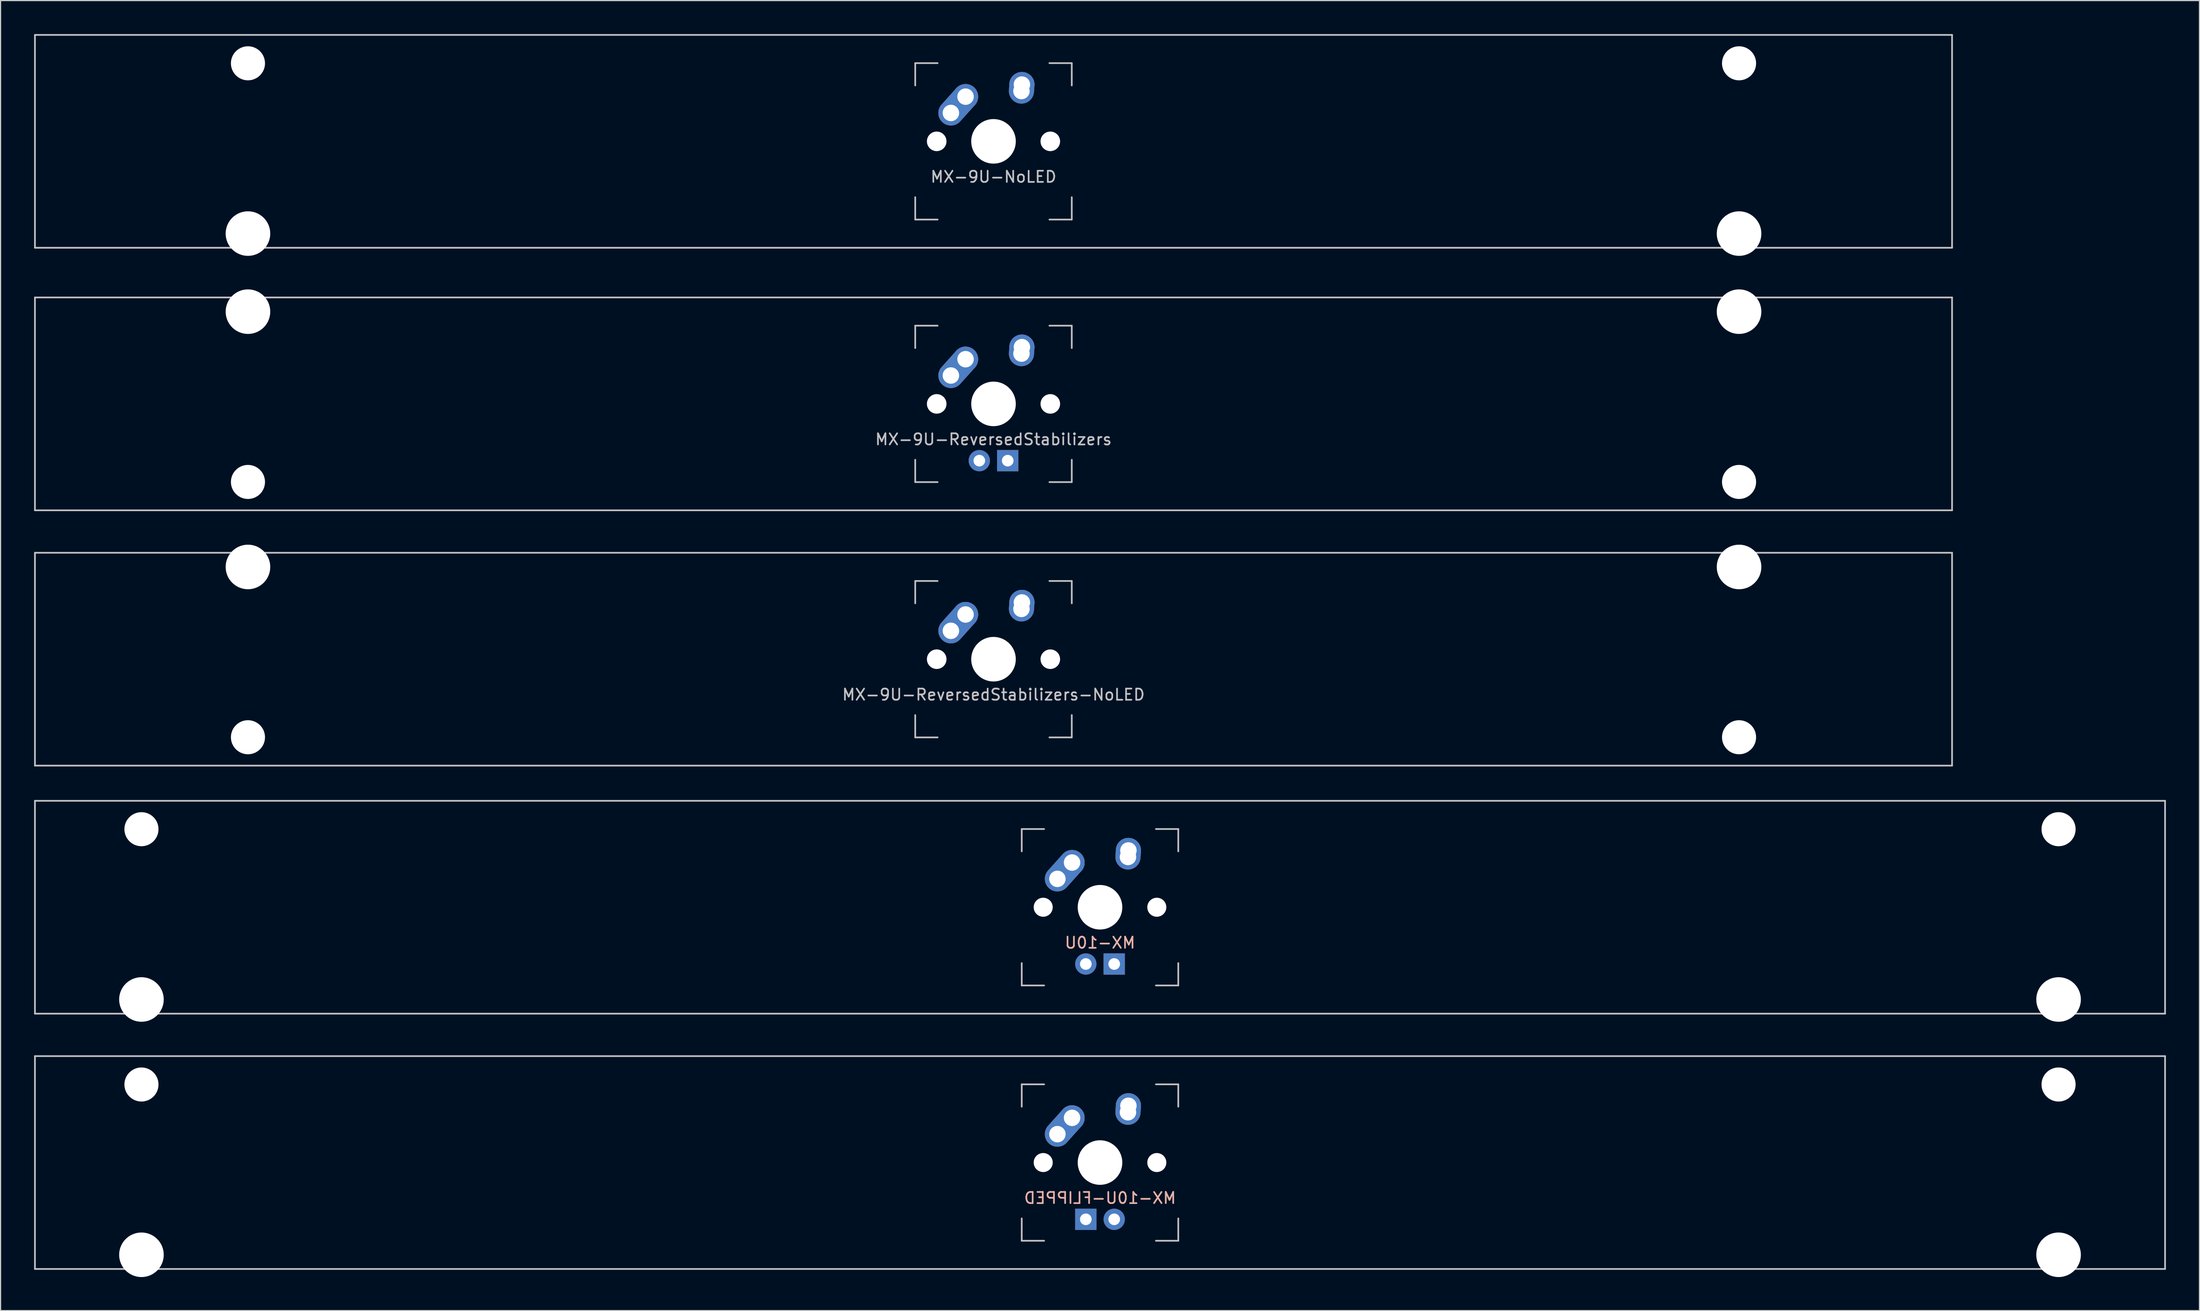
<source format=kicad_pcb>
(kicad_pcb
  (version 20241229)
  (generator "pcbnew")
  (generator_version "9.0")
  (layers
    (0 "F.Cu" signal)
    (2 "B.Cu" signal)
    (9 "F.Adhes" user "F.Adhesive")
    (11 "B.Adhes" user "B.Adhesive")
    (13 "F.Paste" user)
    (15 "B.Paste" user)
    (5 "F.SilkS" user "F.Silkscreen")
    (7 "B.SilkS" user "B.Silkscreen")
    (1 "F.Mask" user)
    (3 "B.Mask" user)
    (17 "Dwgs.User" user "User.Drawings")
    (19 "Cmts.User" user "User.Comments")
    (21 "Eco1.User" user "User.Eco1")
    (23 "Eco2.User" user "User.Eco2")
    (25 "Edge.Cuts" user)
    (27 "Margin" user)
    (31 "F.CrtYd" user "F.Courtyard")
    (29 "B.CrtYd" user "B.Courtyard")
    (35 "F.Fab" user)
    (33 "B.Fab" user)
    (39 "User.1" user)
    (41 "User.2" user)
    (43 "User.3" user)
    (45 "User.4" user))
  (footprint "MX-10U"
    (layer "F.Cu")
    (at 95.325 78.147)
    (property "Reference" "MX-10U" (at 0 3.175 0) (layer "B.SilkS") (effects (font (size 1 1) (thickness 0.15)) (justify mirror)))
    (attr through_hole)
    (fp_line (start -95.25 -9.525) (end 95.25 -9.525) (stroke (width 0.15) (type solid)) (layer "Dwgs.User"))
    (fp_line (start -95.25 9.525) (end -95.25 -9.525) (stroke (width 0.15) (type solid)) (layer "Dwgs.User"))
    (fp_line (start -95.25 9.525) (end 95.25 9.525) (stroke (width 0.15) (type solid)) (layer "Dwgs.User"))
    (fp_line (start -7 -7) (end -7 -5) (stroke (width 0.15) (type solid)) (layer "Dwgs.User"))
    (fp_line (start -7 5) (end -7 7) (stroke (width 0.15) (type solid)) (layer "Dwgs.User"))
    (fp_line (start -7 7) (end -5 7) (stroke (width 0.15) (type solid)) (layer "Dwgs.User"))
    (fp_line (start -5 -7) (end -7 -7) (stroke (width 0.15) (type solid)) (layer "Dwgs.User"))
    (fp_line (start 5 -7) (end 7 -7) (stroke (width 0.15) (type solid)) (layer "Dwgs.User"))
    (fp_line (start 5 7) (end 7 7) (stroke (width 0.15) (type solid)) (layer "Dwgs.User"))
    (fp_line (start 7 -7) (end 7 -5) (stroke (width 0.15) (type solid)) (layer "Dwgs.User"))
    (fp_line (start 7 7) (end 7 5) (stroke (width 0.15) (type solid)) (layer "Dwgs.User"))
    (fp_line (start 95.25 -9.525) (end 95.25 9.525) (stroke (width 0.15) (type solid)) (layer "Dwgs.User"))
    (pad "" np_thru_hole circle (at -85.725 -6.985) (size 3.048 3.048) (drill 3.048) (layers "*.Cu" "*.Mask"))
    (pad "" np_thru_hole circle (at -85.725 8.255) (size 3.988 3.988) (drill 3.988) (layers "*.Cu" "*.Mask"))
    (pad "" np_thru_hole circle (at -5.08 0 48.1) (size 1.702 1.702) (drill 1.702) (layers "*.Cu" "*.Mask"))
    (pad "" np_thru_hole circle (at 0 0) (size 3.988 3.988) (drill 3.988) (layers "*.Cu" "*.Mask"))
    (pad "" np_thru_hole circle (at 5.08 0 48.1) (size 1.702 1.702) (drill 1.702) (layers "*.Cu" "*.Mask"))
    (pad "" np_thru_hole circle (at 85.725 -6.985) (size 3.048 3.048) (drill 3.048) (layers "*.Cu" "*.Mask"))
    (pad "" np_thru_hole circle (at 85.725 8.255) (size 3.988 3.988) (drill 3.988) (layers "*.Cu" "*.Mask"))
    (pad "1" thru_hole oval (at -3.81 -2.54 48.1) (size 4.212 2.25) (drill 1.47 (offset 0.981 0)) (layers "*.Cu" "*.Mask"))
    (pad "1" thru_hole circle (at -2.5 -4) (size 2.25 2.25) (drill 1.47) (layers "*.Cu" "*.Mask"))
    (pad "2" thru_hole oval (at 2.5 -4.5 86.055) (size 2.831 2.25) (drill 1.47 (offset 0.291 0)) (layers "*.Cu" "*.Mask"))
    (pad "2" thru_hole circle (at 2.54 -5.08) (size 2.25 2.25) (drill 1.47) (layers "*.Cu" "*.Mask"))
    (pad "3" thru_hole circle (at -1.27 5.08) (size 1.905 1.905) (drill 1.04) (layers "*.Cu" "*.Mask"))
    (pad "4" thru_hole rect (at 1.27 5.08) (size 1.905 1.905) (drill 1.04) (layers "*.Cu" "*.Mask")))
  (footprint "MX-9U-NoLED"
    (layer "F.Cu")
    (at 85.8 9.6)
    (property "Reference" "MX-9U-NoLED" (at 0 3.175 0) (layer "Dwgs.User") (effects (font (size 1 1) (thickness 0.15))))
    (attr through_hole)
    (fp_line (start -85.725 -9.525) (end 85.725 -9.525) (stroke (width 0.15) (type solid)) (layer "Dwgs.User"))
    (fp_line (start -85.725 9.525) (end -85.725 -9.525) (stroke (width 0.15) (type solid)) (layer "Dwgs.User"))
    (fp_line (start -85.725 9.525) (end 85.725 9.525) (stroke (width 0.15) (type solid)) (layer "Dwgs.User"))
    (fp_line (start -7 -7) (end -7 -5) (stroke (width 0.15) (type solid)) (layer "Dwgs.User"))
    (fp_line (start -7 5) (end -7 7) (stroke (width 0.15) (type solid)) (layer "Dwgs.User"))
    (fp_line (start -7 7) (end -5 7) (stroke (width 0.15) (type solid)) (layer "Dwgs.User"))
    (fp_line (start -5 -7) (end -7 -7) (stroke (width 0.15) (type solid)) (layer "Dwgs.User"))
    (fp_line (start 5 -7) (end 7 -7) (stroke (width 0.15) (type solid)) (layer "Dwgs.User"))
    (fp_line (start 5 7) (end 7 7) (stroke (width 0.15) (type solid)) (layer "Dwgs.User"))
    (fp_line (start 7 -7) (end 7 -5) (stroke (width 0.15) (type solid)) (layer "Dwgs.User"))
    (fp_line (start 7 7) (end 7 5) (stroke (width 0.15) (type solid)) (layer "Dwgs.User"))
    (fp_line (start 85.725 -9.525) (end 85.725 9.525) (stroke (width 0.15) (type solid)) (layer "Dwgs.User"))
    (pad "" np_thru_hole circle (at -66.675 -6.985) (size 3.048 3.048) (drill 3.048) (layers "*.Cu" "*.Mask"))
    (pad "" np_thru_hole circle (at -66.675 8.255) (size 3.988 3.988) (drill 3.988) (layers "*.Cu" "*.Mask"))
    (pad "" np_thru_hole circle (at -5.08 0 48.1) (size 1.75 1.75) (drill 1.75) (layers "*.Cu" "*.Mask"))
    (pad "" np_thru_hole circle (at 0 0) (size 3.988 3.988) (drill 3.988) (layers "*.Cu" "*.Mask"))
    (pad "" np_thru_hole circle (at 5.08 0 48.1) (size 1.75 1.75) (drill 1.75) (layers "*.Cu" "*.Mask"))
    (pad "" np_thru_hole circle (at 66.675 -6.985) (size 3.048 3.048) (drill 3.048) (layers "*.Cu" "*.Mask"))
    (pad "" np_thru_hole circle (at 66.675 8.255) (size 3.988 3.988) (drill 3.988) (layers "*.Cu" "*.Mask"))
    (pad "1" thru_hole oval (at -3.81 -2.54 48.1) (size 4.212 2.25) (drill 1.47 (offset 0.981 0)) (layers "*.Cu" "B.Mask"))
    (pad "1" thru_hole circle (at -2.5 -4) (size 2.25 2.25) (drill 1.47) (layers "*.Cu" "B.Mask"))
    (pad "2" thru_hole oval (at 2.5 -4.5 86.055) (size 2.831 2.25) (drill 1.47 (offset 0.291 0)) (layers "*.Cu" "B.Mask"))
    (pad "2" thru_hole circle (at 2.54 -5.08) (size 2.25 2.25) (drill 1.47) (layers "*.Cu" "B.Mask")))
  (footprint "MX-9U-ReversedStabilizers"
    (layer "F.Cu")
    (at 85.8 33.098)
    (property "Reference" "MX-9U-ReversedStabilizers" (at 0 3.175 0) (layer "Dwgs.User") (effects (font (size 1 1) (thickness 0.15))))
    (attr through_hole)
    (fp_line (start -85.725 -9.525) (end 85.725 -9.525) (stroke (width 0.15) (type solid)) (layer "Dwgs.User"))
    (fp_line (start -85.725 9.525) (end -85.725 -9.525) (stroke (width 0.15) (type solid)) (layer "Dwgs.User"))
    (fp_line (start -85.725 9.525) (end 85.725 9.525) (stroke (width 0.15) (type solid)) (layer "Dwgs.User"))
    (fp_line (start -7 -7) (end -7 -5) (stroke (width 0.15) (type solid)) (layer "Dwgs.User"))
    (fp_line (start -7 5) (end -7 7) (stroke (width 0.15) (type solid)) (layer "Dwgs.User"))
    (fp_line (start -7 7) (end -5 7) (stroke (width 0.15) (type solid)) (layer "Dwgs.User"))
    (fp_line (start -5 -7) (end -7 -7) (stroke (width 0.15) (type solid)) (layer "Dwgs.User"))
    (fp_line (start 5 -7) (end 7 -7) (stroke (width 0.15) (type solid)) (layer "Dwgs.User"))
    (fp_line (start 5 7) (end 7 7) (stroke (width 0.15) (type solid)) (layer "Dwgs.User"))
    (fp_line (start 7 -7) (end 7 -5) (stroke (width 0.15) (type solid)) (layer "Dwgs.User"))
    (fp_line (start 7 7) (end 7 5) (stroke (width 0.15) (type solid)) (layer "Dwgs.User"))
    (fp_line (start 85.725 -9.525) (end 85.725 9.525) (stroke (width 0.15) (type solid)) (layer "Dwgs.User"))
    (pad "" np_thru_hole circle (at -66.675 -8.255) (size 3.988 3.988) (drill 3.988) (layers "*.Cu" "*.Mask"))
    (pad "" np_thru_hole circle (at -66.675 6.985) (size 3.048 3.048) (drill 3.048) (layers "*.Cu" "*.Mask"))
    (pad "" np_thru_hole circle (at -5.08 0 48.1) (size 1.75 1.75) (drill 1.75) (layers "*.Cu" "*.Mask"))
    (pad "" np_thru_hole circle (at 0 0) (size 3.988 3.988) (drill 3.988) (layers "*.Cu" "*.Mask"))
    (pad "" np_thru_hole circle (at 5.08 0 48.1) (size 1.75 1.75) (drill 1.75) (layers "*.Cu" "*.Mask"))
    (pad "" np_thru_hole circle (at 66.675 -8.255) (size 3.988 3.988) (drill 3.988) (layers "*.Cu" "*.Mask"))
    (pad "" np_thru_hole circle (at 66.675 6.985) (size 3.048 3.048) (drill 3.048) (layers "*.Cu" "*.Mask"))
    (pad "1" thru_hole oval (at -3.81 -2.54 48.1) (size 4.212 2.25) (drill 1.47 (offset 0.981 0)) (layers "*.Cu" "B.Mask"))
    (pad "1" thru_hole circle (at -2.5 -4) (size 2.25 2.25) (drill 1.47) (layers "*.Cu" "B.Mask"))
    (pad "2" thru_hole oval (at 2.5 -4.5 86.055) (size 2.831 2.25) (drill 1.47 (offset 0.291 0)) (layers "*.Cu" "B.Mask"))
    (pad "2" thru_hole circle (at 2.54 -5.08) (size 2.25 2.25) (drill 1.47) (layers "*.Cu" "B.Mask"))
    (pad "3" thru_hole circle (at -1.27 5.08) (size 1.905 1.905) (drill 1.04) (layers "*.Cu" "B.Mask"))
    (pad "4" thru_hole rect (at 1.27 5.08) (size 1.905 1.905) (drill 1.04) (layers "*.Cu" "B.Mask")))
  (footprint "MX-10U-FLIPPED"
    (layer "F.Cu")
    (at 95.325 100.996)
    (property "Reference" "MX-10U-FLIPPED" (at 0 3.175 0) (layer "B.SilkS") (effects (font (size 1 1) (thickness 0.15)) (justify mirror)))
    (attr through_hole)
    (fp_line (start -95.25 -9.525) (end 95.25 -9.525) (stroke (width 0.15) (type solid)) (layer "Dwgs.User"))
    (fp_line (start -95.25 9.525) (end -95.25 -9.525) (stroke (width 0.15) (type solid)) (layer "Dwgs.User"))
    (fp_line (start -95.25 9.525) (end 95.25 9.525) (stroke (width 0.15) (type solid)) (layer "Dwgs.User"))
    (fp_line (start -7 -7) (end -7 -5) (stroke (width 0.15) (type solid)) (layer "Dwgs.User"))
    (fp_line (start -7 5) (end -7 7) (stroke (width 0.15) (type solid)) (layer "Dwgs.User"))
    (fp_line (start -7 7) (end -5 7) (stroke (width 0.15) (type solid)) (layer "Dwgs.User"))
    (fp_line (start -5 -7) (end -7 -7) (stroke (width 0.15) (type solid)) (layer "Dwgs.User"))
    (fp_line (start 5 -7) (end 7 -7) (stroke (width 0.15) (type solid)) (layer "Dwgs.User"))
    (fp_line (start 5 7) (end 7 7) (stroke (width 0.15) (type solid)) (layer "Dwgs.User"))
    (fp_line (start 7 -7) (end 7 -5) (stroke (width 0.15) (type solid)) (layer "Dwgs.User"))
    (fp_line (start 7 7) (end 7 5) (stroke (width 0.15) (type solid)) (layer "Dwgs.User"))
    (fp_line (start 95.25 -9.525) (end 95.25 9.525) (stroke (width 0.15) (type solid)) (layer "Dwgs.User"))
    (pad "" np_thru_hole circle (at -85.725 -6.985) (size 3.048 3.048) (drill 3.048) (layers "*.Cu" "*.Mask"))
    (pad "" np_thru_hole circle (at -85.725 8.255) (size 3.988 3.988) (drill 3.988) (layers "*.Cu" "*.Mask"))
    (pad "" np_thru_hole circle (at -5.08 0 48.1) (size 1.702 1.702) (drill 1.702) (layers "*.Cu" "*.Mask"))
    (pad "" np_thru_hole circle (at 0 0) (size 3.988 3.988) (drill 3.988) (layers "*.Cu" "*.Mask"))
    (pad "" np_thru_hole circle (at 5.08 0 48.1) (size 1.702 1.702) (drill 1.702) (layers "*.Cu" "*.Mask"))
    (pad "" np_thru_hole circle (at 85.725 -6.985) (size 3.048 3.048) (drill 3.048) (layers "*.Cu" "*.Mask"))
    (pad "" np_thru_hole circle (at 85.725 8.255) (size 3.988 3.988) (drill 3.988) (layers "*.Cu" "*.Mask"))
    (pad "1" thru_hole oval (at -3.81 -2.54 48.1) (size 4.212 2.25) (drill 1.47 (offset 0.981 0)) (layers "*.Cu" "*.Mask"))
    (pad "1" thru_hole circle (at -2.5 -4) (size 2.25 2.25) (drill 1.47) (layers "*.Cu" "*.Mask"))
    (pad "2" thru_hole oval (at 2.5 -4.5 86.055) (size 2.831 2.25) (drill 1.47 (offset 0.291 0)) (layers "*.Cu" "*.Mask"))
    (pad "2" thru_hole circle (at 2.54 -5.08) (size 2.25 2.25) (drill 1.47) (layers "*.Cu" "*.Mask"))
    (pad "3" thru_hole circle (at 1.27 5.08) (size 1.905 1.905) (drill 1.04) (layers "*.Cu" "*.Mask"))
    (pad "4" thru_hole rect (at -1.27 5.08) (size 1.905 1.905) (drill 1.04) (layers "*.Cu" "*.Mask")))
  (footprint "MX-9U-ReversedStabilizers-NoLED"
    (layer "F.Cu")
    (at 85.8 55.947)
    (property "Reference" "MX-9U-ReversedStabilizers-NoLED" (at 0 3.175 0) (layer "Dwgs.User") (effects (font (size 1 1) (thickness 0.15))))
    (attr through_hole)
    (fp_line (start -85.725 -9.525) (end 85.725 -9.525) (stroke (width 0.15) (type solid)) (layer "Dwgs.User"))
    (fp_line (start -85.725 9.525) (end -85.725 -9.525) (stroke (width 0.15) (type solid)) (layer "Dwgs.User"))
    (fp_line (start -85.725 9.525) (end 85.725 9.525) (stroke (width 0.15) (type solid)) (layer "Dwgs.User"))
    (fp_line (start -7 -7) (end -7 -5) (stroke (width 0.15) (type solid)) (layer "Dwgs.User"))
    (fp_line (start -7 5) (end -7 7) (stroke (width 0.15) (type solid)) (layer "Dwgs.User"))
    (fp_line (start -7 7) (end -5 7) (stroke (width 0.15) (type solid)) (layer "Dwgs.User"))
    (fp_line (start -5 -7) (end -7 -7) (stroke (width 0.15) (type solid)) (layer "Dwgs.User"))
    (fp_line (start 5 -7) (end 7 -7) (stroke (width 0.15) (type solid)) (layer "Dwgs.User"))
    (fp_line (start 5 7) (end 7 7) (stroke (width 0.15) (type solid)) (layer "Dwgs.User"))
    (fp_line (start 7 -7) (end 7 -5) (stroke (width 0.15) (type solid)) (layer "Dwgs.User"))
    (fp_line (start 7 7) (end 7 5) (stroke (width 0.15) (type solid)) (layer "Dwgs.User"))
    (fp_line (start 85.725 -9.525) (end 85.725 9.525) (stroke (width 0.15) (type solid)) (layer "Dwgs.User"))
    (pad "" np_thru_hole circle (at -66.675 -8.255) (size 3.988 3.988) (drill 3.988) (layers "*.Cu" "*.Mask"))
    (pad "" np_thru_hole circle (at -66.675 6.985) (size 3.048 3.048) (drill 3.048) (layers "*.Cu" "*.Mask"))
    (pad "" np_thru_hole circle (at -5.08 0 48.1) (size 1.75 1.75) (drill 1.75) (layers "*.Cu" "*.Mask"))
    (pad "" np_thru_hole circle (at 0 0) (size 3.988 3.988) (drill 3.988) (layers "*.Cu" "*.Mask"))
    (pad "" np_thru_hole circle (at 5.08 0 48.1) (size 1.75 1.75) (drill 1.75) (layers "*.Cu" "*.Mask"))
    (pad "" np_thru_hole circle (at 66.675 -8.255) (size 3.988 3.988) (drill 3.988) (layers "*.Cu" "*.Mask"))
    (pad "" np_thru_hole circle (at 66.675 6.985) (size 3.048 3.048) (drill 3.048) (layers "*.Cu" "*.Mask"))
    (pad "1" thru_hole oval (at -3.81 -2.54 48.1) (size 4.212 2.25) (drill 1.47 (offset 0.981 0)) (layers "*.Cu" "B.Mask"))
    (pad "1" thru_hole circle (at -2.5 -4) (size 2.25 2.25) (drill 1.47) (layers "*.Cu" "B.Mask"))
    (pad "2" thru_hole oval (at 2.5 -4.5 86.055) (size 2.831 2.25) (drill 1.47 (offset 0.291 0)) (layers "*.Cu" "B.Mask"))
    (pad "2" thru_hole circle (at 2.54 -5.08) (size 2.25 2.25) (drill 1.47) (layers "*.Cu" "B.Mask")))
  (gr_rect
    (start -3 -3)
    (end 193.65 114.245)
    (stroke (width 0.1) (type default))
    (fill no)
    (layer "Edge.Cuts")))
</source>
